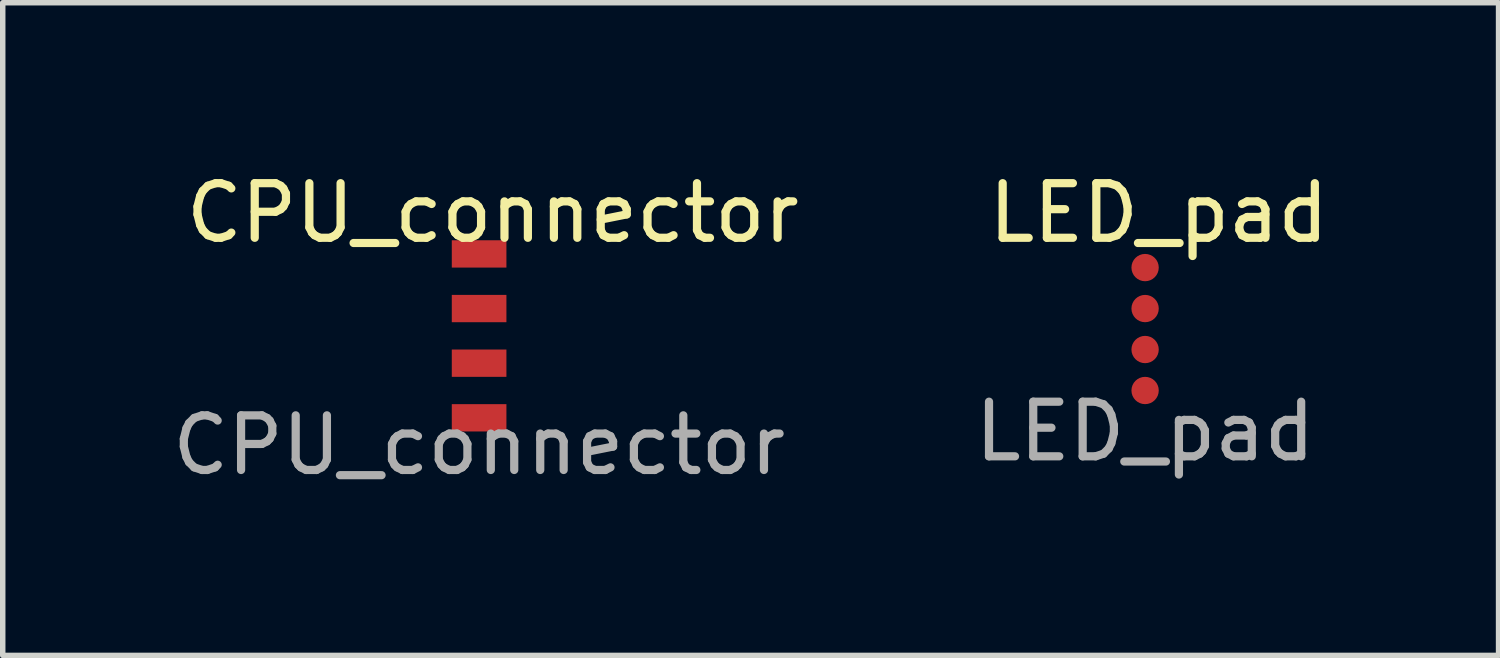
<source format=kicad_pcb>
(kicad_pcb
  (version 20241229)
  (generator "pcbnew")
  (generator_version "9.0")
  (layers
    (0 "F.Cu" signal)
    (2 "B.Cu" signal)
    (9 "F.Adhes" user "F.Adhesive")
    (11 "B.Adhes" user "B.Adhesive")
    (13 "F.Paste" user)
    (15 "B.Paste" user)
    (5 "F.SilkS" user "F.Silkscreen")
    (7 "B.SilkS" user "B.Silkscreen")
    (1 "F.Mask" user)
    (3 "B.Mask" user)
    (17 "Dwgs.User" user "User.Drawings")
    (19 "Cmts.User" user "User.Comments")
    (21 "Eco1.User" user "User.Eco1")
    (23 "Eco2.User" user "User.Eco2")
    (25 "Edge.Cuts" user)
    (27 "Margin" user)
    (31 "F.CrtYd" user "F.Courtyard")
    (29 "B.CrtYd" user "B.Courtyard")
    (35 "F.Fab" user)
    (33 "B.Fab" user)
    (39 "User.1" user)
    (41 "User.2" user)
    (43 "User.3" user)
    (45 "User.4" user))
  (footprint "CPU_connector"
    (layer "F.Cu")
    (at 5.72 2.598)
    (property "Reference" "CPU_connector" (at 0.25 -1.75 0) (unlocked yes) (layer "F.SilkS") (effects (font (size 1 1) (thickness 0.15))))
    (fp_text user "${REFERENCE}" (at 0 2.5 0) (unlocked yes) (layer "F.Fab") (effects (font (size 1 1) (thickness 0.15))))
    (pad "1" connect rect (at 0 -1) (size 1 0.5) (layers "F.Cu" "F.Mask"))
    (pad "2" connect rect (at 0 0) (size 1 0.5) (layers "F.Cu" "F.Mask"))
    (pad "3" connect rect (at 0 1) (size 1 0.5) (layers "F.Cu" "F.Mask"))
    (pad "4" connect rect (at 0 2) (size 1 0.5) (layers "F.Cu" "F.Mask")))
  (footprint "LED_pad"
    (layer "F.Cu")
    (at 17.911 2.348)
    (property "Reference" "LED_pad" (at 0.25 -1.5 0) (unlocked yes) (layer "F.SilkS") (effects (font (size 1 1) (thickness 0.15))))
    (attr smd)
    (fp_text user "${REFERENCE}" (at 0 2.5 0) (unlocked yes) (layer "F.Fab") (effects (font (size 1 1) (thickness 0.15))))
    (pad "1" smd circle (at 0 -0.5) (size 0.5 0.5) (layers "F.Cu" "F.Mask" "F.Paste"))
    (pad "2" smd circle (at 0 0.25) (size 0.5 0.5) (layers "F.Cu" "F.Mask" "F.Paste"))
    (pad "3" smd circle (at 0 1) (size 0.5 0.5) (layers "F.Cu" "F.Mask" "F.Paste"))
    (pad "4" smd circle (at 0 1.75) (size 0.5 0.5) (layers "F.Cu" "F.Mask" "F.Paste")))
  (gr_rect
    (start -3 -3)
    (end 24.381 8.947)
    (stroke (width 0.1) (type default))
    (fill no)
    (layer "Edge.Cuts")))
</source>
